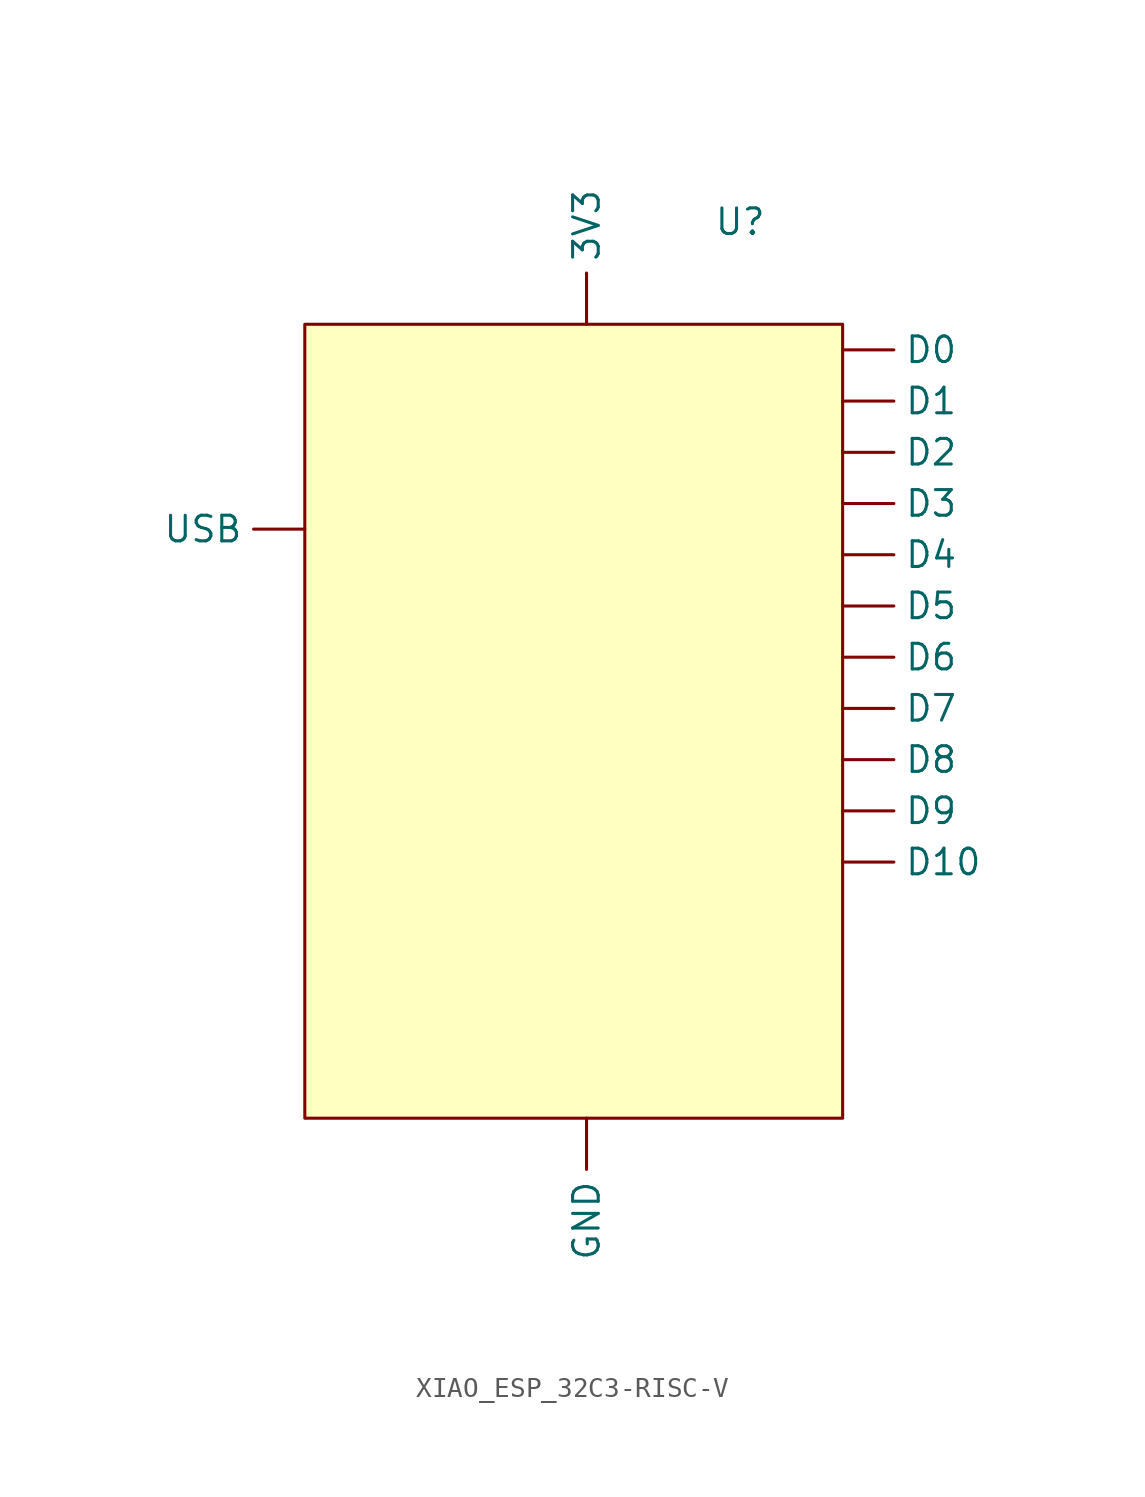
<source format=kicad_sym>
(kicad_symbol_lib
  (version 20220914)
  (generator kicad_symbol_editor)
  (symbol "XIAO_ESP_32C3-RISC-V"
    (property "Reference" "U"
      (at 0 5.08 0)
      (effects (font (size 1.27 1.27))))
    (property "Value" ""
      (at 0 0 0)
      (effects (font (size 1.27 1.27))))
    (symbol "XIAO_ESP_32C3-RISC-V_1_1"
      (rectangle (start -21.59 0) (end 5.08 -39.37) (stroke (width 0) (type default)) (fill (type background)))
      (pin power_in line (at -7.62 0 90) (length 2.54) (name "3V3" (effects (font (size 1.27 1.27)))) (number "" (effects (font (size 1.27 1.27)))))
      (pin bidirectional line (at 5.08 -1.27 0) (length 2.54) (name "D0" (effects (font (size 1.27 1.27)))) (number "" (effects (font (size 1.27 1.27)))))
      (pin bidirectional line (at 5.08 -3.81 0) (length 2.54) (name "D1" (effects (font (size 1.27 1.27)))) (number "" (effects (font (size 1.27 1.27)))))
      (pin bidirectional line (at 5.08 -26.67 0) (length 2.54) (name "D10" (effects (font (size 1.27 1.27)))) (number "" (effects (font (size 1.27 1.27)))))
      (pin bidirectional line (at 5.08 -6.35 0) (length 2.54) (name "D2" (effects (font (size 1.27 1.27)))) (number "" (effects (font (size 1.27 1.27)))))
      (pin bidirectional line (at 5.08 -8.89 0) (length 2.54) (name "D3" (effects (font (size 1.27 1.27)))) (number "" (effects (font (size 1.27 1.27)))))
      (pin bidirectional line (at 5.08 -11.43 0) (length 2.54) (name "D4" (effects (font (size 1.27 1.27)))) (number "" (effects (font (size 1.27 1.27)))))
      (pin bidirectional line (at 5.08 -13.97 0) (length 2.54) (name "D5" (effects (font (size 1.27 1.27)))) (number "" (effects (font (size 1.27 1.27)))))
      (pin bidirectional line (at 5.08 -16.51 0) (length 2.54) (name "D6" (effects (font (size 1.27 1.27)))) (number "" (effects (font (size 1.27 1.27)))))
      (pin bidirectional line (at 5.08 -19.05 0) (length 2.54) (name "D7" (effects (font (size 1.27 1.27)))) (number "" (effects (font (size 1.27 1.27)))))
      (pin bidirectional line (at 5.08 -21.59 0) (length 2.54) (name "D8" (effects (font (size 1.27 1.27)))) (number "" (effects (font (size 1.27 1.27)))))
      (pin bidirectional line (at 5.08 -24.13 0) (length 2.54) (name "D9" (effects (font (size 1.27 1.27)))) (number "" (effects (font (size 1.27 1.27)))))
      (pin power_out line (at -7.62 -39.37 270) (length 2.54) (name "GND" (effects (font (size 1.27 1.27)))) (number "" (effects (font (size 1.27 1.27)))))
      (pin input line (at -21.59 -10.16 180) (length 2.54) (name "USB" (effects (font (size 1.27 1.27)))) (number "" (effects (font (size 1.27 1.27))))))))
</source>
